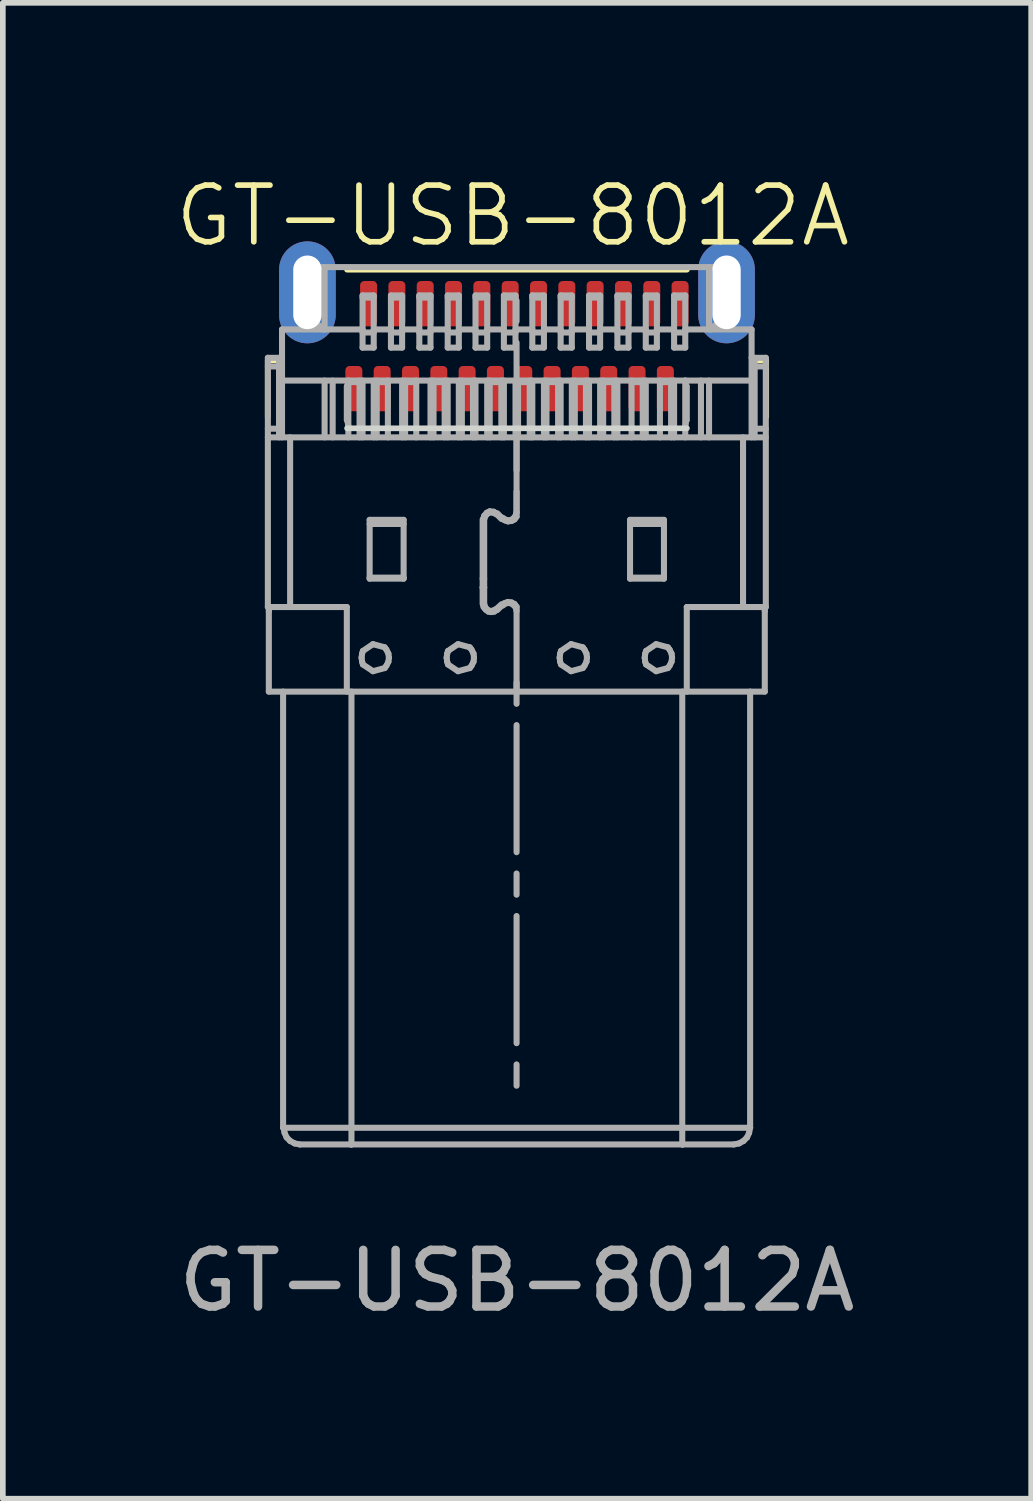
<source format=kicad_pcb>
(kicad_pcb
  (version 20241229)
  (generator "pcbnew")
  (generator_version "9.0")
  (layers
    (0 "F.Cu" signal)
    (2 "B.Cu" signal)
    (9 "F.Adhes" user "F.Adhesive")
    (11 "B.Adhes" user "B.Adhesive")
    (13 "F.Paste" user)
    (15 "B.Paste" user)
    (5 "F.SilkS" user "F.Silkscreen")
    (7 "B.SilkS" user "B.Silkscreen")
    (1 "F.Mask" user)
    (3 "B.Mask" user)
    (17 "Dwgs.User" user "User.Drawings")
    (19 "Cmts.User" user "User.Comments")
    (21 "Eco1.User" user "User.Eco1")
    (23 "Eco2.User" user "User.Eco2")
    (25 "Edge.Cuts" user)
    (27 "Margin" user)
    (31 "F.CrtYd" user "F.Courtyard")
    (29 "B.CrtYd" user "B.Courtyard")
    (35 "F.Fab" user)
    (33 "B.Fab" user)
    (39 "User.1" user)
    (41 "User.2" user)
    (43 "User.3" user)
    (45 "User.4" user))
  (footprint "GT-USB-8012A"
    (layer "F.Cu")
    (at 6.077 4.511)
    (property "Reference" "GT-USB-8012A" (at -0.075 -3.75 0) (unlocked yes) (layer "F.SilkS") (effects (font (size 1 1) (thickness 0.1))))
    (attr smd)
    (fp_line (start -4.4 -1.2) (end -4.4 -0.2) (stroke (width 0.1) (type default)) (layer "F.SilkS"))
    (fp_line (start -4.2 -1.2) (end -4.4 -1.2) (stroke (width 0.1) (type default)) (layer "F.SilkS"))
    (fp_line (start -3 -2.8) (end 3 -2.8) (stroke (width 0.1) (type default)) (layer "F.SilkS"))
    (fp_line (start 4.2 -1.2) (end 4.4 -1.2) (stroke (width 0.1) (type default)) (layer "F.SilkS"))
    (fp_line (start 4.4 -1.2) (end 4.4 -0.2) (stroke (width 0.1) (type default)) (layer "F.SilkS"))
    (fp_line (start -3 0) (end 3 0) (stroke (width 0.1) (type default)) (layer "Edge.Cuts"))
    (fp_line (start -4.398 -1.244) (end -4.398 3.156) (stroke (width 0.107) (type solid)) (layer "F.Fab"))
    (fp_line (start -4.398 -1.244) (end -4.148 -1.244) (stroke (width 0.107) (type solid)) (layer "F.Fab"))
    (fp_line (start -4.398 -1.092) (end -4.201 -1.092) (stroke (width 0.107) (type solid)) (layer "F.Fab"))
    (fp_line (start -4.398 0.16) (end 4.393 0.16) (stroke (width 0.107) (type solid)) (layer "F.Fab"))
    (fp_line (start -4.398 3.156) (end -3.004 3.156) (stroke (width 0.107) (type solid)) (layer "F.Fab"))
    (fp_line (start -4.381 3.164) (end -4.372 3.156) (stroke (width 0.107) (type solid)) (layer "F.Fab"))
    (fp_line (start -4.381 3.227) (end -4.381 3.164) (stroke (width 0.107) (type solid)) (layer "F.Fab"))
    (fp_line (start -4.381 4.649) (end -4.381 3.227) (stroke (width 0.107) (type solid)) (layer "F.Fab"))
    (fp_line (start -4.201 -1.244) (end -4.201 0.16) (stroke (width 0.107) (type solid)) (layer "F.Fab"))
    (fp_line (start -4.201 0.008) (end -4.398 0.008) (stroke (width 0.107) (type solid)) (layer "F.Fab"))
    (fp_line (start -4.148 -1.745) (end -4.148 0.16) (stroke (width 0.107) (type solid)) (layer "F.Fab"))
    (fp_line (start -4.148 -0.842) (end 4.142 -0.842) (stroke (width 0.107) (type solid)) (layer "F.Fab"))
    (fp_line (start -4.129 4.649) (end -4.129 12.349) (stroke (width 0.107) (type solid)) (layer "F.Fab"))
    (fp_line (start -4.103 12.438) (end -4.121 12.349) (stroke (width 0.107) (type solid)) (layer "F.Fab"))
    (fp_line (start -4.067 12.519) (end -4.103 12.438) (stroke (width 0.107) (type solid)) (layer "F.Fab"))
    (fp_line (start -4.005 3.156) (end -4.005 0.16) (stroke (width 0.107) (type solid)) (layer "F.Fab"))
    (fp_line (start -4.005 12.582) (end -4.067 12.519) (stroke (width 0.107) (type solid)) (layer "F.Fab"))
    (fp_line (start -3.924 12.626) (end -4.005 12.582) (stroke (width 0.107) (type solid)) (layer "F.Fab"))
    (fp_line (start -3.834 12.644) (end -3.924 12.626) (stroke (width 0.107) (type solid)) (layer "F.Fab"))
    (fp_line (start -3.834 12.644) (end -2.94 12.644) (stroke (width 0.107) (type solid)) (layer "F.Fab"))
    (fp_line (start -3.799 -2.845) (end -3.799 -1.843) (stroke (width 0.107) (type solid)) (layer "F.Fab"))
    (fp_line (start -3.799 -2.845) (end 3.794 -2.845) (stroke (width 0.107) (type solid)) (layer "F.Fab"))
    (fp_line (start -3.799 -2.693) (end -3.603 -2.693) (stroke (width 0.107) (type solid)) (layer "F.Fab"))
    (fp_line (start -3.799 -1.843) (end -3.603 -1.843) (stroke (width 0.107) (type solid)) (layer "F.Fab"))
    (fp_line (start -3.603 -2.845) (end -3.603 -1.843) (stroke (width 0.107) (type solid)) (layer "F.Fab"))
    (fp_line (start -3.603 -1.996) (end -3.799 -1.996) (stroke (width 0.107) (type solid)) (layer "F.Fab"))
    (fp_line (start -3.603 -1.843) (end -3.531 -1.835) (stroke (width 0.107) (type solid)) (layer "F.Fab"))
    (fp_line (start -3.531 -1.835) (end -3.477 -1.799) (stroke (width 0.107) (type solid)) (layer "F.Fab"))
    (fp_line (start -3.477 -1.799) (end -3.432 -1.745) (stroke (width 0.107) (type solid)) (layer "F.Fab"))
    (fp_line (start -3.396 -0.842) (end -3.396 0.16) (stroke (width 0.107) (type solid)) (layer "F.Fab"))
    (fp_line (start -3.396 -1.745) (end -3.396 -2.845) (stroke (width 0.107) (type solid)) (layer "F.Fab"))
    (fp_line (start -3.254 -0.842) (end -3.254 0.16) (stroke (width 0.107) (type solid)) (layer "F.Fab"))
    (fp_line (start -3.004 -0.743) (end -3.004 -0.144) (stroke (width 0.107) (type solid)) (layer "F.Fab"))
    (fp_line (start -3.004 4.649) (end -3.004 3.156) (stroke (width 0.107) (type solid)) (layer "F.Fab"))
    (fp_line (start -2.994 -0.743) (end -2.977 -0.842) (stroke (width 0.107) (type solid)) (layer "F.Fab"))
    (fp_line (start -2.977 -0.842) (end -2.977 0.16) (stroke (width 0.107) (type solid)) (layer "F.Fab"))
    (fp_line (start -2.977 -0.028) (end -2.994 -0.144) (stroke (width 0.107) (type solid)) (layer "F.Fab"))
    (fp_line (start -2.922 12.644) (end -2.94 12.644) (stroke (width 0.107) (type solid)) (layer "F.Fab"))
    (fp_line (start -2.922 12.644) (end -2.922 4.649) (stroke (width 0.107) (type solid)) (layer "F.Fab"))
    (fp_line (start -2.922 12.644) (end 2.918 12.644) (stroke (width 0.107) (type solid)) (layer "F.Fab"))
    (fp_line (start -2.779 -0.842) (end -2.779 0.16) (stroke (width 0.107) (type solid)) (layer "F.Fab"))
    (fp_line (start -2.779 -0.815) (end -2.977 -0.815) (stroke (width 0.107) (type solid)) (layer "F.Fab"))
    (fp_line (start -2.744 4.05) (end -2.734 3.978) (stroke (width 0.107) (type solid)) (layer "F.Fab"))
    (fp_line (start -2.734 3.978) (end -2.72 3.931) (stroke (width 0.107) (type solid)) (layer "F.Fab"))
    (fp_line (start -2.734 4.122) (end -2.744 4.05) (stroke (width 0.107) (type solid)) (layer "F.Fab"))
    (fp_line (start -2.726 -2.345) (end -2.529 -2.345) (stroke (width 0.107) (type solid)) (layer "F.Fab"))
    (fp_line (start -2.726 -2.308) (end -2.529 -2.308) (stroke (width 0.107) (type solid)) (layer "F.Fab"))
    (fp_line (start -2.726 -1.745) (end -4.148 -1.745) (stroke (width 0.107) (type solid)) (layer "F.Fab"))
    (fp_line (start -2.726 -1.424) (end -2.726 -2.345) (stroke (width 0.107) (type solid)) (layer "F.Fab"))
    (fp_line (start -2.726 -1.424) (end -2.529 -1.424) (stroke (width 0.107) (type solid)) (layer "F.Fab"))
    (fp_line (start -2.726 0.151) (end -2.771 0.142) (stroke (width 0.107) (type solid)) (layer "F.Fab"))
    (fp_line (start -2.726 0.16) (end -2.726 -0.842) (stroke (width 0.107) (type solid)) (layer "F.Fab"))
    (fp_line (start -2.72 4.17) (end -2.734 4.122) (stroke (width 0.107) (type solid)) (layer "F.Fab"))
    (fp_line (start -2.72 3.931) (end -2.542 3.811) (stroke (width 0.107) (type solid)) (layer "F.Fab"))
    (fp_line (start -2.601 1.617) (end -2.601 2.655) (stroke (width 0.107) (type solid)) (layer "F.Fab"))
    (fp_line (start -2.601 1.689) (end -2.001 1.689) (stroke (width 0.107) (type solid)) (layer "F.Fab"))
    (fp_line (start -2.601 2.655) (end -2.001 2.655) (stroke (width 0.107) (type solid)) (layer "F.Fab"))
    (fp_line (start -2.542 3.811) (end -2.335 3.867) (stroke (width 0.107) (type solid)) (layer "F.Fab"))
    (fp_line (start -2.542 4.289) (end -2.72 4.17) (stroke (width 0.107) (type solid)) (layer "F.Fab"))
    (fp_line (start -2.529 -2.345) (end -2.529 -1.424) (stroke (width 0.107) (type solid)) (layer "F.Fab"))
    (fp_line (start -2.529 -1.691) (end -2.726 -1.691) (stroke (width 0.107) (type solid)) (layer "F.Fab"))
    (fp_line (start -2.529 0.16) (end -2.529 -0.842) (stroke (width 0.107) (type solid)) (layer "F.Fab"))
    (fp_line (start -2.476 -0.842) (end -2.476 0.16) (stroke (width 0.107) (type solid)) (layer "F.Fab"))
    (fp_line (start -2.335 3.867) (end -2.306 3.907) (stroke (width 0.107) (type solid)) (layer "F.Fab"))
    (fp_line (start -2.335 4.233) (end -2.542 4.289) (stroke (width 0.107) (type solid)) (layer "F.Fab"))
    (fp_line (start -2.306 3.907) (end -2.27 3.978) (stroke (width 0.107) (type solid)) (layer "F.Fab"))
    (fp_line (start -2.306 4.193) (end -2.335 4.233) (stroke (width 0.107) (type solid)) (layer "F.Fab"))
    (fp_line (start -2.279 -0.842) (end -2.279 0.16) (stroke (width 0.107) (type solid)) (layer "F.Fab"))
    (fp_line (start -2.279 -0.815) (end -2.476 -0.815) (stroke (width 0.107) (type solid)) (layer "F.Fab"))
    (fp_line (start -2.27 3.978) (end -2.261 4.05) (stroke (width 0.107) (type solid)) (layer "F.Fab"))
    (fp_line (start -2.27 4.122) (end -2.306 4.193) (stroke (width 0.107) (type solid)) (layer "F.Fab"))
    (fp_line (start -2.261 4.05) (end -2.27 4.122) (stroke (width 0.107) (type solid)) (layer "F.Fab"))
    (fp_line (start -2.225 -2.345) (end -2.028 -2.345) (stroke (width 0.107) (type solid)) (layer "F.Fab"))
    (fp_line (start -2.225 -2.308) (end -2.028 -2.308) (stroke (width 0.107) (type solid)) (layer "F.Fab"))
    (fp_line (start -2.225 -1.745) (end -2.529 -1.745) (stroke (width 0.107) (type solid)) (layer "F.Fab"))
    (fp_line (start -2.225 -1.424) (end -2.225 -2.345) (stroke (width 0.107) (type solid)) (layer "F.Fab"))
    (fp_line (start -2.225 -1.424) (end -2.028 -1.424) (stroke (width 0.107) (type solid)) (layer "F.Fab"))
    (fp_line (start -2.028 -2.345) (end -2.028 -1.424) (stroke (width 0.107) (type solid)) (layer "F.Fab"))
    (fp_line (start -2.028 -1.691) (end -2.225 -1.691) (stroke (width 0.107) (type solid)) (layer "F.Fab"))
    (fp_line (start -2.028 0.16) (end -2.028 -0.842) (stroke (width 0.107) (type solid)) (layer "F.Fab"))
    (fp_line (start -2.001 1.617) (end -2.601 1.617) (stroke (width 0.107) (type solid)) (layer "F.Fab"))
    (fp_line (start -2.001 2.637) (end -2.601 2.637) (stroke (width 0.107) (type solid)) (layer "F.Fab"))
    (fp_line (start -2.001 2.655) (end -2.001 1.617) (stroke (width 0.107) (type solid)) (layer "F.Fab"))
    (fp_line (start -1.975 -0.842) (end -1.975 0.16) (stroke (width 0.107) (type solid)) (layer "F.Fab"))
    (fp_line (start -1.778 -0.815) (end -1.975 -0.815) (stroke (width 0.107) (type solid)) (layer "F.Fab"))
    (fp_line (start -1.778 -0.842) (end -1.778 0.16) (stroke (width 0.107) (type solid)) (layer "F.Fab"))
    (fp_line (start -1.724 -2.345) (end -1.527 -2.345) (stroke (width 0.107) (type solid)) (layer "F.Fab"))
    (fp_line (start -1.724 -2.308) (end -1.527 -2.308) (stroke (width 0.107) (type solid)) (layer "F.Fab"))
    (fp_line (start -1.724 -1.745) (end -2.028 -1.745) (stroke (width 0.107) (type solid)) (layer "F.Fab"))
    (fp_line (start -1.724 -1.424) (end -1.724 -2.345) (stroke (width 0.107) (type solid)) (layer "F.Fab"))
    (fp_line (start -1.724 -1.424) (end -1.527 -1.424) (stroke (width 0.107) (type solid)) (layer "F.Fab"))
    (fp_line (start -1.527 -2.345) (end -1.527 -1.424) (stroke (width 0.107) (type solid)) (layer "F.Fab"))
    (fp_line (start -1.527 0.16) (end -1.527 -0.842) (stroke (width 0.107) (type solid)) (layer "F.Fab"))
    (fp_line (start -1.527 -1.691) (end -1.724 -1.691) (stroke (width 0.107) (type solid)) (layer "F.Fab"))
    (fp_line (start -1.473 -0.842) (end -1.473 0.16) (stroke (width 0.107) (type solid)) (layer "F.Fab"))
    (fp_line (start -1.277 -0.842) (end -1.277 0.16) (stroke (width 0.107) (type solid)) (layer "F.Fab"))
    (fp_line (start -1.277 -0.815) (end -1.473 -0.815) (stroke (width 0.107) (type solid)) (layer "F.Fab"))
    (fp_line (start -1.242 4.05) (end -1.232 3.978) (stroke (width 0.107) (type solid)) (layer "F.Fab"))
    (fp_line (start -1.232 3.978) (end -1.218 3.931) (stroke (width 0.107) (type solid)) (layer "F.Fab"))
    (fp_line (start -1.232 4.122) (end -1.242 4.05) (stroke (width 0.107) (type solid)) (layer "F.Fab"))
    (fp_line (start -1.223 -2.345) (end -1.027 -2.345) (stroke (width 0.107) (type solid)) (layer "F.Fab"))
    (fp_line (start -1.223 -2.308) (end -1.027 -2.308) (stroke (width 0.107) (type solid)) (layer "F.Fab"))
    (fp_line (start -1.223 -1.745) (end -1.527 -1.745) (stroke (width 0.107) (type solid)) (layer "F.Fab"))
    (fp_line (start -1.223 -1.424) (end -1.223 -2.345) (stroke (width 0.107) (type solid)) (layer "F.Fab"))
    (fp_line (start -1.223 -1.424) (end -1.027 -1.424) (stroke (width 0.107) (type solid)) (layer "F.Fab"))
    (fp_line (start -1.223 0.16) (end -1.223 -0.842) (stroke (width 0.107) (type solid)) (layer "F.Fab"))
    (fp_line (start -1.218 3.931) (end -1.04 3.811) (stroke (width 0.107) (type solid)) (layer "F.Fab"))
    (fp_line (start -1.218 4.17) (end -1.232 4.122) (stroke (width 0.107) (type solid)) (layer "F.Fab"))
    (fp_line (start -1.04 3.811) (end -0.833 3.867) (stroke (width 0.107) (type solid)) (layer "F.Fab"))
    (fp_line (start -1.04 4.289) (end -1.218 4.17) (stroke (width 0.107) (type solid)) (layer "F.Fab"))
    (fp_line (start -1.027 -2.345) (end -1.027 -1.424) (stroke (width 0.107) (type solid)) (layer "F.Fab"))
    (fp_line (start -1.027 -1.691) (end -1.223 -1.691) (stroke (width 0.107) (type solid)) (layer "F.Fab"))
    (fp_line (start -1.027 0.16) (end -1.027 -0.842) (stroke (width 0.107) (type solid)) (layer "F.Fab"))
    (fp_line (start -0.973 -0.842) (end -0.973 0.16) (stroke (width 0.107) (type solid)) (layer "F.Fab"))
    (fp_line (start -0.833 3.867) (end -0.803 3.907) (stroke (width 0.107) (type solid)) (layer "F.Fab"))
    (fp_line (start -0.833 4.233) (end -1.04 4.289) (stroke (width 0.107) (type solid)) (layer "F.Fab"))
    (fp_line (start -0.803 3.907) (end -0.767 3.978) (stroke (width 0.107) (type solid)) (layer "F.Fab"))
    (fp_line (start -0.803 4.193) (end -0.833 4.233) (stroke (width 0.107) (type solid)) (layer "F.Fab"))
    (fp_line (start -0.776 -0.842) (end -0.776 0.16) (stroke (width 0.107) (type solid)) (layer "F.Fab"))
    (fp_line (start -0.776 -0.815) (end -0.973 -0.815) (stroke (width 0.107) (type solid)) (layer "F.Fab"))
    (fp_line (start -0.767 3.978) (end -0.759 4.05) (stroke (width 0.107) (type solid)) (layer "F.Fab"))
    (fp_line (start -0.767 4.122) (end -0.803 4.193) (stroke (width 0.107) (type solid)) (layer "F.Fab"))
    (fp_line (start -0.759 4.05) (end -0.767 4.122) (stroke (width 0.107) (type solid)) (layer "F.Fab"))
    (fp_line (start -0.732 -2.308) (end -0.526 -2.308) (stroke (width 0.107) (type solid)) (layer "F.Fab"))
    (fp_line (start -0.732 -2.345) (end -0.526 -2.345) (stroke (width 0.107) (type solid)) (layer "F.Fab"))
    (fp_line (start -0.732 -1.745) (end -1.027 -1.745) (stroke (width 0.107) (type solid)) (layer "F.Fab"))
    (fp_line (start -0.732 -1.424) (end -0.732 -2.345) (stroke (width 0.107) (type solid)) (layer "F.Fab"))
    (fp_line (start -0.732 -1.424) (end -0.526 -1.424) (stroke (width 0.107) (type solid)) (layer "F.Fab"))
    (fp_line (start -0.732 0.16) (end -0.732 -0.842) (stroke (width 0.107) (type solid)) (layer "F.Fab"))
    (fp_line (start -0.606 2.816) (end -0.579 2.816) (stroke (width 0.107) (type solid)) (layer "F.Fab"))
    (fp_line (start -0.606 1.609) (end -0.606 3.102) (stroke (width 0.107) (type solid)) (layer "F.Fab"))
    (fp_line (start -0.598 1.609) (end -0.579 1.546) (stroke (width 0.107) (type solid)) (layer "F.Fab"))
    (fp_line (start -0.589 3.156) (end -0.598 3.102) (stroke (width 0.107) (type solid)) (layer "F.Fab"))
    (fp_line (start -0.579 1.546) (end -0.534 1.492) (stroke (width 0.107) (type solid)) (layer "F.Fab"))
    (fp_line (start -0.579 1.609) (end -0.561 1.555) (stroke (width 0.107) (type solid)) (layer "F.Fab"))
    (fp_line (start -0.579 2.655) (end -0.606 2.655) (stroke (width 0.107) (type solid)) (layer "F.Fab"))
    (fp_line (start -0.579 2.807) (end -0.606 2.807) (stroke (width 0.107) (type solid)) (layer "F.Fab"))
    (fp_line (start -0.579 3.102) (end -0.579 1.609) (stroke (width 0.107) (type solid)) (layer "F.Fab"))
    (fp_line (start -0.561 1.555) (end -0.526 1.51) (stroke (width 0.107) (type solid)) (layer "F.Fab"))
    (fp_line (start -0.561 3.156) (end -0.579 3.102) (stroke (width 0.107) (type solid)) (layer "F.Fab"))
    (fp_line (start -0.553 3.201) (end -0.589 3.156) (stroke (width 0.107) (type solid)) (layer "F.Fab"))
    (fp_line (start -0.534 1.492) (end -0.481 1.466) (stroke (width 0.107) (type solid)) (layer "F.Fab"))
    (fp_line (start -0.526 -1.691) (end -0.732 -1.691) (stroke (width 0.107) (type solid)) (layer "F.Fab"))
    (fp_line (start -0.526 -2.345) (end -0.526 -1.424) (stroke (width 0.107) (type solid)) (layer "F.Fab"))
    (fp_line (start -0.526 0.16) (end -0.526 -0.842) (stroke (width 0.107) (type solid)) (layer "F.Fab"))
    (fp_line (start -0.526 1.51) (end -0.472 1.483) (stroke (width 0.107) (type solid)) (layer "F.Fab"))
    (fp_line (start -0.526 3.201) (end -0.561 3.156) (stroke (width 0.107) (type solid)) (layer "F.Fab"))
    (fp_line (start -0.507 3.236) (end -0.553 3.201) (stroke (width 0.107) (type solid)) (layer "F.Fab"))
    (fp_line (start -0.481 -0.842) (end -0.481 0.16) (stroke (width 0.107) (type solid)) (layer "F.Fab"))
    (fp_line (start -0.481 1.466) (end -0.41 1.474) (stroke (width 0.107) (type solid)) (layer "F.Fab"))
    (fp_line (start -0.472 1.483) (end -0.418 1.492) (stroke (width 0.107) (type solid)) (layer "F.Fab"))
    (fp_line (start -0.472 3.227) (end -0.526 3.201) (stroke (width 0.107) (type solid)) (layer "F.Fab"))
    (fp_line (start -0.454 3.245) (end -0.507 3.236) (stroke (width 0.107) (type solid)) (layer "F.Fab"))
    (fp_line (start -0.418 1.492) (end -0.365 1.519) (stroke (width 0.107) (type solid)) (layer "F.Fab"))
    (fp_line (start -0.418 3.218) (end -0.472 3.227) (stroke (width 0.107) (type solid)) (layer "F.Fab"))
    (fp_line (start -0.41 1.474) (end -0.356 1.51) (stroke (width 0.107) (type solid)) (layer "F.Fab"))
    (fp_line (start -0.4 3.236) (end -0.454 3.245) (stroke (width 0.107) (type solid)) (layer "F.Fab"))
    (fp_line (start -0.365 3.191) (end -0.418 3.218) (stroke (width 0.107) (type solid)) (layer "F.Fab"))
    (fp_line (start -0.365 3.191) (end -0.276 3.111) (stroke (width 0.107) (type solid)) (layer "F.Fab"))
    (fp_line (start -0.356 3.201) (end -0.4 3.236) (stroke (width 0.107) (type solid)) (layer "F.Fab"))
    (fp_line (start -0.348 1.501) (end -0.257 1.591) (stroke (width 0.107) (type solid)) (layer "F.Fab"))
    (fp_line (start -0.276 -0.842) (end -0.276 0.16) (stroke (width 0.107) (type solid)) (layer "F.Fab"))
    (fp_line (start -0.276 -0.815) (end -0.481 -0.815) (stroke (width 0.107) (type solid)) (layer "F.Fab"))
    (fp_line (start -0.276 1.599) (end -0.365 1.51) (stroke (width 0.107) (type solid)) (layer "F.Fab"))
    (fp_line (start -0.267 3.111) (end -0.212 3.084) (stroke (width 0.107) (type solid)) (layer "F.Fab"))
    (fp_line (start -0.257 3.12) (end -0.348 3.209) (stroke (width 0.107) (type solid)) (layer "F.Fab"))
    (fp_line (start -0.249 3.129) (end -0.204 3.093) (stroke (width 0.107) (type solid)) (layer "F.Fab"))
    (fp_line (start -0.231 -2.345) (end -0.026 -2.345) (stroke (width 0.107) (type solid)) (layer "F.Fab"))
    (fp_line (start -0.231 -2.308) (end -0.026 -2.308) (stroke (width 0.107) (type solid)) (layer "F.Fab"))
    (fp_line (start -0.231 -1.745) (end -0.526 -1.745) (stroke (width 0.107) (type solid)) (layer "F.Fab"))
    (fp_line (start -0.231 -1.424) (end -0.231 -2.345) (stroke (width 0.107) (type solid)) (layer "F.Fab"))
    (fp_line (start -0.231 -1.424) (end -0.026 -1.424) (stroke (width 0.107) (type solid)) (layer "F.Fab"))
    (fp_line (start -0.231 0.16) (end -0.231 -0.842) (stroke (width 0.107) (type solid)) (layer "F.Fab"))
    (fp_line (start -0.212 3.084) (end -0.159 3.066) (stroke (width 0.107) (type solid)) (layer "F.Fab"))
    (fp_line (start -0.212 1.626) (end -0.267 1.599) (stroke (width 0.107) (type solid)) (layer "F.Fab"))
    (fp_line (start -0.204 3.093) (end -0.15 3.084) (stroke (width 0.107) (type solid)) (layer "F.Fab"))
    (fp_line (start -0.195 1.617) (end -0.249 1.581) (stroke (width 0.107) (type solid)) (layer "F.Fab"))
    (fp_line (start -0.159 1.644) (end -0.212 1.626) (stroke (width 0.107) (type solid)) (layer "F.Fab"))
    (fp_line (start -0.159 3.066) (end -0.096 3.075) (stroke (width 0.107) (type solid)) (layer "F.Fab"))
    (fp_line (start -0.15 3.084) (end -0.096 3.093) (stroke (width 0.107) (type solid)) (layer "F.Fab"))
    (fp_line (start -0.123 1.626) (end -0.195 1.617) (stroke (width 0.107) (type solid)) (layer "F.Fab"))
    (fp_line (start -0.096 1.636) (end -0.159 1.644) (stroke (width 0.107) (type solid)) (layer "F.Fab"))
    (fp_line (start -0.096 3.075) (end -0.043 3.102) (stroke (width 0.107) (type solid)) (layer "F.Fab"))
    (fp_line (start -0.096 3.093) (end -0.051 3.129) (stroke (width 0.107) (type solid)) (layer "F.Fab"))
    (fp_line (start -0.07 1.599) (end -0.123 1.626) (stroke (width 0.107) (type solid)) (layer "F.Fab"))
    (fp_line (start -0.051 3.129) (end -0.016 3.174) (stroke (width 0.107) (type solid)) (layer "F.Fab"))
    (fp_line (start -0.043 1.609) (end -0.096 1.636) (stroke (width 0.107) (type solid)) (layer "F.Fab"))
    (fp_line (start -0.043 3.102) (end -0.007 3.156) (stroke (width 0.107) (type solid)) (layer "F.Fab"))
    (fp_line (start -0.026 -2.345) (end -0.026 -1.424) (stroke (width 0.107) (type solid)) (layer "F.Fab"))
    (fp_line (start -0.026 -1.691) (end -0.231 -1.691) (stroke (width 0.107) (type solid)) (layer "F.Fab"))
    (fp_line (start -0.026 0.16) (end -0.026 -0.842) (stroke (width 0.107) (type solid)) (layer "F.Fab"))
    (fp_line (start -0.026 1.546) (end -0.07 1.599) (stroke (width 0.107) (type solid)) (layer "F.Fab"))
    (fp_line (start -0.016 3.174) (end -0.007 3.227) (stroke (width 0.107) (type solid)) (layer "F.Fab"))
    (fp_line (start -0.007 1.117) (end -0.007 1.492) (stroke (width 0.107) (type solid)) (layer "F.Fab"))
    (fp_line (start -0.007 4.488) (end -0.007 4.864) (stroke (width 0.107) (type solid)) (layer "F.Fab"))
    (fp_line (start -0.007 4.649) (end -0.007 3.146) (stroke (width 0.107) (type solid)) (layer "F.Fab"))
    (fp_line (start -0.007 8.611) (end -0.007 10.856) (stroke (width 0.107) (type solid)) (layer "F.Fab"))
    (fp_line (start -0.007 -2.255) (end -0.007 -1.888) (stroke (width 0.107) (type solid)) (layer "F.Fab"))
    (fp_line (start -0.007 -1.513) (end -0.007 0.741) (stroke (width 0.107) (type solid)) (layer "F.Fab"))
    (fp_line (start -0.007 1.483) (end -0.026 1.546) (stroke (width 0.107) (type solid)) (layer "F.Fab"))
    (fp_line (start -0.007 1.555) (end -0.043 1.609) (stroke (width 0.107) (type solid)) (layer "F.Fab"))
    (fp_line (start -0.007 1.564) (end -0.007 0.16) (stroke (width 0.107) (type solid)) (layer "F.Fab"))
    (fp_line (start -0.007 5.24) (end -0.007 7.484) (stroke (width 0.107) (type solid)) (layer "F.Fab"))
    (fp_line (start -0.007 7.86) (end -0.007 8.235) (stroke (width 0.107) (type solid)) (layer "F.Fab"))
    (fp_line (start -0.007 11.231) (end -0.007 11.607) (stroke (width 0.107) (type solid)) (layer "F.Fab"))
    (fp_line (start 0.019 -0.842) (end 0.019 0.16) (stroke (width 0.107) (type solid)) (layer "F.Fab"))
    (fp_line (start 0.225 -0.842) (end 0.225 0.16) (stroke (width 0.107) (type solid)) (layer "F.Fab"))
    (fp_line (start 0.225 -0.815) (end 0.019 -0.815) (stroke (width 0.107) (type solid)) (layer "F.Fab"))
    (fp_line (start 0.271 -2.345) (end 0.476 -2.345) (stroke (width 0.107) (type solid)) (layer "F.Fab"))
    (fp_line (start 0.271 -2.308) (end 0.476 -2.308) (stroke (width 0.107) (type solid)) (layer "F.Fab"))
    (fp_line (start 0.271 -1.745) (end -0.026 -1.745) (stroke (width 0.107) (type solid)) (layer "F.Fab"))
    (fp_line (start 0.271 -1.424) (end 0.271 -2.345) (stroke (width 0.107) (type solid)) (layer "F.Fab"))
    (fp_line (start 0.271 -1.424) (end 0.476 -1.424) (stroke (width 0.107) (type solid)) (layer "F.Fab"))
    (fp_line (start 0.271 0.16) (end 0.271 -0.842) (stroke (width 0.107) (type solid)) (layer "F.Fab"))
    (fp_line (start 0.476 -2.345) (end 0.476 -1.424) (stroke (width 0.107) (type solid)) (layer "F.Fab"))
    (fp_line (start 0.476 -1.691) (end 0.271 -1.691) (stroke (width 0.107) (type solid)) (layer "F.Fab"))
    (fp_line (start 0.476 0.16) (end 0.476 -0.842) (stroke (width 0.107) (type solid)) (layer "F.Fab"))
    (fp_line (start 0.521 -0.842) (end 0.521 0.16) (stroke (width 0.107) (type solid)) (layer "F.Fab"))
    (fp_line (start 0.726 -0.842) (end 0.726 0.16) (stroke (width 0.107) (type solid)) (layer "F.Fab"))
    (fp_line (start 0.726 -0.815) (end 0.521 -0.815) (stroke (width 0.107) (type solid)) (layer "F.Fab"))
    (fp_line (start 0.753 4.05) (end 0.762 3.978) (stroke (width 0.107) (type solid)) (layer "F.Fab"))
    (fp_line (start 0.762 3.978) (end 0.777 3.931) (stroke (width 0.107) (type solid)) (layer "F.Fab"))
    (fp_line (start 0.762 4.122) (end 0.753 4.05) (stroke (width 0.107) (type solid)) (layer "F.Fab"))
    (fp_line (start 0.771 -2.308) (end 0.968 -2.308) (stroke (width 0.107) (type solid)) (layer "F.Fab"))
    (fp_line (start 0.771 -2.345) (end 0.968 -2.345) (stroke (width 0.107) (type solid)) (layer "F.Fab"))
    (fp_line (start 0.771 -1.745) (end 0.476 -1.745) (stroke (width 0.107) (type solid)) (layer "F.Fab"))
    (fp_line (start 0.771 -1.424) (end 0.771 -2.345) (stroke (width 0.107) (type solid)) (layer "F.Fab"))
    (fp_line (start 0.771 -1.424) (end 0.968 -1.424) (stroke (width 0.107) (type solid)) (layer "F.Fab"))
    (fp_line (start 0.771 0.16) (end 0.771 -0.842) (stroke (width 0.107) (type solid)) (layer "F.Fab"))
    (fp_line (start 0.777 3.931) (end 0.955 3.811) (stroke (width 0.107) (type solid)) (layer "F.Fab"))
    (fp_line (start 0.777 4.17) (end 0.762 4.122) (stroke (width 0.107) (type solid)) (layer "F.Fab"))
    (fp_line (start 0.955 3.811) (end 1.162 3.867) (stroke (width 0.107) (type solid)) (layer "F.Fab"))
    (fp_line (start 0.955 4.289) (end 0.777 4.17) (stroke (width 0.107) (type solid)) (layer "F.Fab"))
    (fp_line (start 0.968 -2.345) (end 0.968 -1.424) (stroke (width 0.107) (type solid)) (layer "F.Fab"))
    (fp_line (start 0.968 -1.691) (end 0.771 -1.691) (stroke (width 0.107) (type solid)) (layer "F.Fab"))
    (fp_line (start 0.968 0.16) (end 0.968 -0.842) (stroke (width 0.107) (type solid)) (layer "F.Fab"))
    (fp_line (start 1.021 -0.842) (end 1.021 0.16) (stroke (width 0.107) (type solid)) (layer "F.Fab"))
    (fp_line (start 1.162 4.233) (end 0.955 4.289) (stroke (width 0.107) (type solid)) (layer "F.Fab"))
    (fp_line (start 1.162 3.867) (end 1.191 3.907) (stroke (width 0.107) (type solid)) (layer "F.Fab"))
    (fp_line (start 1.191 3.907) (end 1.227 3.978) (stroke (width 0.107) (type solid)) (layer "F.Fab"))
    (fp_line (start 1.191 4.193) (end 1.162 4.233) (stroke (width 0.107) (type solid)) (layer "F.Fab"))
    (fp_line (start 1.218 -0.842) (end 1.218 0.16) (stroke (width 0.107) (type solid)) (layer "F.Fab"))
    (fp_line (start 1.218 -0.815) (end 1.021 -0.815) (stroke (width 0.107) (type solid)) (layer "F.Fab"))
    (fp_line (start 1.227 3.978) (end 1.236 4.05) (stroke (width 0.107) (type solid)) (layer "F.Fab"))
    (fp_line (start 1.227 4.122) (end 1.191 4.193) (stroke (width 0.107) (type solid)) (layer "F.Fab"))
    (fp_line (start 1.236 4.05) (end 1.227 4.122) (stroke (width 0.107) (type solid)) (layer "F.Fab"))
    (fp_line (start 1.272 -2.345) (end 1.468 -2.345) (stroke (width 0.107) (type solid)) (layer "F.Fab"))
    (fp_line (start 1.272 -2.308) (end 1.468 -2.308) (stroke (width 0.107) (type solid)) (layer "F.Fab"))
    (fp_line (start 1.272 -1.745) (end 0.968 -1.745) (stroke (width 0.107) (type solid)) (layer "F.Fab"))
    (fp_line (start 1.272 -1.424) (end 1.272 -2.345) (stroke (width 0.107) (type solid)) (layer "F.Fab"))
    (fp_line (start 1.272 -1.424) (end 1.468 -1.424) (stroke (width 0.107) (type solid)) (layer "F.Fab"))
    (fp_line (start 1.272 0.16) (end 1.272 -0.842) (stroke (width 0.107) (type solid)) (layer "F.Fab"))
    (fp_line (start 1.468 -1.691) (end 1.272 -1.691) (stroke (width 0.107) (type solid)) (layer "F.Fab"))
    (fp_line (start 1.468 0.16) (end 1.468 -0.842) (stroke (width 0.107) (type solid)) (layer "F.Fab"))
    (fp_line (start 1.468 -2.345) (end 1.468 -1.424) (stroke (width 0.107) (type solid)) (layer "F.Fab"))
    (fp_line (start 1.522 -0.842) (end 1.522 0.16) (stroke (width 0.107) (type solid)) (layer "F.Fab"))
    (fp_line (start 1.719 -0.815) (end 1.522 -0.815) (stroke (width 0.107) (type solid)) (layer "F.Fab"))
    (fp_line (start 1.719 -0.842) (end 1.719 0.16) (stroke (width 0.107) (type solid)) (layer "F.Fab"))
    (fp_line (start 1.773 -2.345) (end 1.969 -2.345) (stroke (width 0.107) (type solid)) (layer "F.Fab"))
    (fp_line (start 1.773 -2.308) (end 1.969 -2.308) (stroke (width 0.107) (type solid)) (layer "F.Fab"))
    (fp_line (start 1.773 -1.745) (end 1.468 -1.745) (stroke (width 0.107) (type solid)) (layer "F.Fab"))
    (fp_line (start 1.773 -1.424) (end 1.773 -2.345) (stroke (width 0.107) (type solid)) (layer "F.Fab"))
    (fp_line (start 1.773 -1.424) (end 1.969 -1.424) (stroke (width 0.107) (type solid)) (layer "F.Fab"))
    (fp_line (start 1.773 0.16) (end 1.773 -0.842) (stroke (width 0.107) (type solid)) (layer "F.Fab"))
    (fp_line (start 1.969 -2.345) (end 1.969 -1.424) (stroke (width 0.107) (type solid)) (layer "F.Fab"))
    (fp_line (start 1.969 -1.691) (end 1.773 -1.691) (stroke (width 0.107) (type solid)) (layer "F.Fab"))
    (fp_line (start 1.996 1.617) (end 1.996 2.655) (stroke (width 0.107) (type solid)) (layer "F.Fab"))
    (fp_line (start 1.996 1.689) (end 2.595 1.689) (stroke (width 0.107) (type solid)) (layer "F.Fab"))
    (fp_line (start 1.996 2.655) (end 2.595 2.655) (stroke (width 0.107) (type solid)) (layer "F.Fab"))
    (fp_line (start 2.023 -0.842) (end 2.023 0.16) (stroke (width 0.107) (type solid)) (layer "F.Fab"))
    (fp_line (start 2.22 -0.842) (end 2.22 0.16) (stroke (width 0.107) (type solid)) (layer "F.Fab"))
    (fp_line (start 2.22 -0.815) (end 2.023 -0.815) (stroke (width 0.107) (type solid)) (layer "F.Fab"))
    (fp_line (start 2.255 4.05) (end 2.264 3.978) (stroke (width 0.107) (type solid)) (layer "F.Fab"))
    (fp_line (start 2.264 3.978) (end 2.279 3.931) (stroke (width 0.107) (type solid)) (layer "F.Fab"))
    (fp_line (start 2.264 4.122) (end 2.255 4.05) (stroke (width 0.107) (type solid)) (layer "F.Fab"))
    (fp_line (start 2.274 -2.345) (end 2.47 -2.345) (stroke (width 0.107) (type solid)) (layer "F.Fab"))
    (fp_line (start 2.274 -2.308) (end 2.47 -2.308) (stroke (width 0.107) (type solid)) (layer "F.Fab"))
    (fp_line (start 2.274 -1.745) (end 1.969 -1.745) (stroke (width 0.107) (type solid)) (layer "F.Fab"))
    (fp_line (start 2.274 -1.424) (end 2.274 -2.345) (stroke (width 0.107) (type solid)) (layer "F.Fab"))
    (fp_line (start 2.274 -1.424) (end 2.47 -1.424) (stroke (width 0.107) (type solid)) (layer "F.Fab"))
    (fp_line (start 2.274 0.16) (end 2.274 -0.842) (stroke (width 0.107) (type solid)) (layer "F.Fab"))
    (fp_line (start 2.279 4.17) (end 2.264 4.122) (stroke (width 0.107) (type solid)) (layer "F.Fab"))
    (fp_line (start 2.279 3.931) (end 2.457 3.811) (stroke (width 0.107) (type solid)) (layer "F.Fab"))
    (fp_line (start 2.457 3.811) (end 2.664 3.867) (stroke (width 0.107) (type solid)) (layer "F.Fab"))
    (fp_line (start 2.457 4.289) (end 2.279 4.17) (stroke (width 0.107) (type solid)) (layer "F.Fab"))
    (fp_line (start 2.47 -1.691) (end 2.274 -1.691) (stroke (width 0.107) (type solid)) (layer "F.Fab"))
    (fp_line (start 2.47 -2.345) (end 2.47 -1.424) (stroke (width 0.107) (type solid)) (layer "F.Fab"))
    (fp_line (start 2.524 -0.842) (end 2.524 0.16) (stroke (width 0.107) (type solid)) (layer "F.Fab"))
    (fp_line (start 2.595 1.617) (end 1.996 1.617) (stroke (width 0.107) (type solid)) (layer "F.Fab"))
    (fp_line (start 2.595 2.637) (end 1.996 2.637) (stroke (width 0.107) (type solid)) (layer "F.Fab"))
    (fp_line (start 2.595 2.655) (end 2.595 1.617) (stroke (width 0.107) (type solid)) (layer "F.Fab"))
    (fp_line (start 2.664 3.867) (end 2.694 3.907) (stroke (width 0.107) (type solid)) (layer "F.Fab"))
    (fp_line (start 2.664 4.233) (end 2.457 4.289) (stroke (width 0.107) (type solid)) (layer "F.Fab"))
    (fp_line (start 2.694 4.193) (end 2.664 4.233) (stroke (width 0.107) (type solid)) (layer "F.Fab"))
    (fp_line (start 2.694 3.907) (end 2.729 3.978) (stroke (width 0.107) (type solid)) (layer "F.Fab"))
    (fp_line (start 2.721 -0.842) (end 2.721 0.16) (stroke (width 0.107) (type solid)) (layer "F.Fab"))
    (fp_line (start 2.721 -0.815) (end 2.524 -0.815) (stroke (width 0.107) (type solid)) (layer "F.Fab"))
    (fp_line (start 2.729 3.978) (end 2.738 4.05) (stroke (width 0.107) (type solid)) (layer "F.Fab"))
    (fp_line (start 2.729 4.122) (end 2.694 4.193) (stroke (width 0.107) (type solid)) (layer "F.Fab"))
    (fp_line (start 2.738 4.05) (end 2.729 4.122) (stroke (width 0.107) (type solid)) (layer "F.Fab"))
    (fp_line (start 2.765 0.142) (end 2.721 0.151) (stroke (width 0.107) (type solid)) (layer "F.Fab"))
    (fp_line (start 2.774 -1.745) (end 2.47 -1.745) (stroke (width 0.107) (type solid)) (layer "F.Fab"))
    (fp_line (start 2.774 -2.345) (end 2.971 -2.345) (stroke (width 0.107) (type solid)) (layer "F.Fab"))
    (fp_line (start 2.774 -2.308) (end 2.971 -2.308) (stroke (width 0.107) (type solid)) (layer "F.Fab"))
    (fp_line (start 2.774 -1.424) (end 2.774 -2.345) (stroke (width 0.107) (type solid)) (layer "F.Fab"))
    (fp_line (start 2.774 -1.424) (end 2.971 -1.424) (stroke (width 0.107) (type solid)) (layer "F.Fab"))
    (fp_line (start 2.774 0.16) (end 2.774 -0.842) (stroke (width 0.107) (type solid)) (layer "F.Fab"))
    (fp_line (start 2.918 4.649) (end 2.918 12.644) (stroke (width 0.107) (type solid)) (layer "F.Fab"))
    (fp_line (start 2.926 12.644) (end 2.918 12.644) (stroke (width 0.107) (type solid)) (layer "F.Fab"))
    (fp_line (start 2.926 12.644) (end 3.829 12.644) (stroke (width 0.107) (type solid)) (layer "F.Fab"))
    (fp_line (start 2.971 -1.691) (end 2.774 -1.691) (stroke (width 0.107) (type solid)) (layer "F.Fab"))
    (fp_line (start 2.971 -2.345) (end 2.971 -1.424) (stroke (width 0.107) (type solid)) (layer "F.Fab"))
    (fp_line (start 2.971 -0.842) (end 2.989 -0.743) (stroke (width 0.107) (type solid)) (layer "F.Fab"))
    (fp_line (start 2.971 0.16) (end 2.971 -0.842) (stroke (width 0.107) (type solid)) (layer "F.Fab"))
    (fp_line (start 2.989 -0.144) (end 2.971 -0.028) (stroke (width 0.107) (type solid)) (layer "F.Fab"))
    (fp_line (start 2.998 -0.144) (end 2.998 -0.743) (stroke (width 0.107) (type solid)) (layer "F.Fab"))
    (fp_line (start 2.998 3.156) (end 2.998 4.649) (stroke (width 0.107) (type solid)) (layer "F.Fab"))
    (fp_line (start 3.248 -0.842) (end 3.248 0.16) (stroke (width 0.107) (type solid)) (layer "F.Fab"))
    (fp_line (start 3.391 -0.842) (end 3.391 0.16) (stroke (width 0.107) (type solid)) (layer "F.Fab"))
    (fp_line (start 3.391 -2.845) (end 3.391 -1.745) (stroke (width 0.107) (type solid)) (layer "F.Fab"))
    (fp_line (start 3.427 -1.745) (end 3.472 -1.799) (stroke (width 0.107) (type solid)) (layer "F.Fab"))
    (fp_line (start 3.472 -1.799) (end 3.534 -1.835) (stroke (width 0.107) (type solid)) (layer "F.Fab"))
    (fp_line (start 3.534 -1.835) (end 3.597 -1.843) (stroke (width 0.107) (type solid)) (layer "F.Fab"))
    (fp_line (start 3.597 -2.693) (end 3.794 -2.693) (stroke (width 0.107) (type solid)) (layer "F.Fab"))
    (fp_line (start 3.597 -1.843) (end 3.794 -1.843) (stroke (width 0.107) (type solid)) (layer "F.Fab"))
    (fp_line (start 3.597 -2.845) (end 3.597 -1.843) (stroke (width 0.107) (type solid)) (layer "F.Fab"))
    (fp_line (start 3.794 -2.845) (end 3.794 -1.843) (stroke (width 0.107) (type solid)) (layer "F.Fab"))
    (fp_line (start 3.794 -1.996) (end 3.597 -1.996) (stroke (width 0.107) (type solid)) (layer "F.Fab"))
    (fp_line (start 3.919 12.626) (end 3.829 12.644) (stroke (width 0.107) (type solid)) (layer "F.Fab"))
    (fp_line (start 3.991 0.16) (end 3.991 3.156) (stroke (width 0.107) (type solid)) (layer "F.Fab"))
    (fp_line (start 3.999 12.582) (end 3.919 12.626) (stroke (width 0.107) (type solid)) (layer "F.Fab"))
    (fp_line (start 4.062 12.519) (end 3.999 12.582) (stroke (width 0.107) (type solid)) (layer "F.Fab"))
    (fp_line (start 4.098 12.438) (end 4.062 12.519) (stroke (width 0.107) (type solid)) (layer "F.Fab"))
    (fp_line (start 4.116 4.649) (end 4.116 12.349) (stroke (width 0.107) (type solid)) (layer "F.Fab"))
    (fp_line (start 4.116 12.349) (end -4.129 12.349) (stroke (width 0.107) (type solid)) (layer "F.Fab"))
    (fp_line (start 4.116 12.349) (end 4.098 12.438) (stroke (width 0.107) (type solid)) (layer "F.Fab"))
    (fp_line (start 4.142 -1.745) (end 2.971 -1.745) (stroke (width 0.107) (type solid)) (layer "F.Fab"))
    (fp_line (start 4.142 -1.745) (end 4.142 0.16) (stroke (width 0.107) (type solid)) (layer "F.Fab"))
    (fp_line (start 4.142 -1.244) (end 4.393 -1.244) (stroke (width 0.107) (type solid)) (layer "F.Fab"))
    (fp_line (start 4.196 -1.092) (end 4.393 -1.092) (stroke (width 0.107) (type solid)) (layer "F.Fab"))
    (fp_line (start 4.196 0.16) (end 4.196 -1.244) (stroke (width 0.107) (type solid)) (layer "F.Fab"))
    (fp_line (start 4.366 3.156) (end 4.375 3.164) (stroke (width 0.107) (type solid)) (layer "F.Fab"))
    (fp_line (start 4.375 3.164) (end 4.375 3.227) (stroke (width 0.107) (type solid)) (layer "F.Fab"))
    (fp_line (start 4.375 4.649) (end -4.381 4.649) (stroke (width 0.107) (type solid)) (layer "F.Fab"))
    (fp_line (start 4.375 4.649) (end 4.375 3.227) (stroke (width 0.107) (type solid)) (layer "F.Fab"))
    (fp_line (start 4.393 -1.244) (end 4.393 3.156) (stroke (width 0.107) (type solid)) (layer "F.Fab"))
    (fp_line (start 4.393 0.008) (end 4.196 0.008) (stroke (width 0.107) (type solid)) (layer "F.Fab"))
    (fp_line (start 4.393 3.156) (end 2.998 3.156) (stroke (width 0.107) (type solid)) (layer "F.Fab"))
    (fp_text user "${REFERENCE}" (at 0 15.05 0) (unlocked yes) (layer "F.Fab") (effects (font (size 1 1) (thickness 0.15))))
    (pad "A1" smd roundrect (at 2.88 -2.2) (size 0.3 0.8) (layers "F.Cu" "F.Mask" "F.Paste") (roundrect_rratio 0.25))
    (pad "A2" smd roundrect (at 2.38 -2.2) (size 0.3 0.8) (layers "F.Cu" "F.Mask" "F.Paste") (roundrect_rratio 0.25))
    (pad "A3" smd roundrect (at 1.88 -2.2) (size 0.3 0.8) (layers "F.Cu" "F.Mask" "F.Paste") (roundrect_rratio 0.25))
    (pad "A4" smd roundrect (at 1.38 -2.2) (size 0.3 0.8) (layers "F.Cu" "F.Mask" "F.Paste") (roundrect_rratio 0.25))
    (pad "A5" smd roundrect (at 0.88 -2.2) (size 0.3 0.8) (layers "F.Cu" "F.Mask" "F.Paste") (roundrect_rratio 0.25))
    (pad "A6" smd roundrect (at 0.38 -2.2) (size 0.3 0.8) (layers "F.Cu" "F.Mask" "F.Paste") (roundrect_rratio 0.25))
    (pad "A7" smd roundrect (at -0.12 -2.2) (size 0.3 0.8) (layers "F.Cu" "F.Mask" "F.Paste") (roundrect_rratio 0.25))
    (pad "A8" smd roundrect (at -0.62 -2.2) (size 0.3 0.8) (layers "F.Cu" "F.Mask" "F.Paste") (roundrect_rratio 0.25))
    (pad "A9" smd roundrect (at -1.12 -2.2) (size 0.3 0.8) (layers "F.Cu" "F.Mask" "F.Paste") (roundrect_rratio 0.25))
    (pad "A10" smd roundrect (at -1.62 -2.2) (size 0.3 0.8) (layers "F.Cu" "F.Mask" "F.Paste") (roundrect_rratio 0.25))
    (pad "A11" smd roundrect (at -2.12 -2.2) (size 0.3 0.8) (layers "F.Cu" "F.Mask" "F.Paste") (roundrect_rratio 0.25))
    (pad "A12" smd roundrect (at -2.62 -2.2) (size 0.3 0.8) (layers "F.Cu" "F.Mask" "F.Paste") (roundrect_rratio 0.25))
    (pad "B1" smd roundrect (at -2.88 -0.7) (size 0.3 0.8) (layers "F.Cu" "F.Mask" "F.Paste") (roundrect_rratio 0.25))
    (pad "B2" smd roundrect (at -2.38 -0.7) (size 0.3 0.8) (layers "F.Cu" "F.Mask" "F.Paste") (roundrect_rratio 0.25))
    (pad "B3" smd roundrect (at -1.88 -0.7) (size 0.3 0.8) (layers "F.Cu" "F.Mask" "F.Paste") (roundrect_rratio 0.25))
    (pad "B4" smd roundrect (at -1.38 -0.7) (size 0.3 0.8) (layers "F.Cu" "F.Mask" "F.Paste") (roundrect_rratio 0.25))
    (pad "B5" smd roundrect (at -0.88 -0.7) (size 0.3 0.8) (layers "F.Cu" "F.Mask" "F.Paste") (roundrect_rratio 0.25))
    (pad "B6" smd roundrect (at -0.38 -0.7) (size 0.3 0.8) (layers "F.Cu" "F.Mask" "F.Paste") (roundrect_rratio 0.25))
    (pad "B7" smd roundrect (at 0.12 -0.7) (size 0.3 0.8) (layers "F.Cu" "F.Mask" "F.Paste") (roundrect_rratio 0.25))
    (pad "B8" smd roundrect (at 0.62 -0.7) (size 0.3 0.8) (layers "F.Cu" "F.Mask" "F.Paste") (roundrect_rratio 0.25))
    (pad "B9" smd roundrect (at 1.12 -0.7) (size 0.3 0.8) (layers "F.Cu" "F.Mask" "F.Paste") (roundrect_rratio 0.25))
    (pad "B10" smd roundrect (at 1.62 -0.7) (size 0.3 0.8) (layers "F.Cu" "F.Mask" "F.Paste") (roundrect_rratio 0.25))
    (pad "B11" smd roundrect (at 2.12 -0.7) (size 0.3 0.8) (layers "F.Cu" "F.Mask" "F.Paste") (roundrect_rratio 0.25))
    (pad "B12" smd roundrect (at 2.62 -0.7) (size 0.3 0.8) (layers "F.Cu" "F.Mask" "F.Paste") (roundrect_rratio 0.25))
    (pad "S1" thru_hole oval (at -3.7 -2.4) (size 1 1.8) (drill oval 0.5 1.3) (layers "*.Cu" "*.Mask" "F.Paste"))
    (pad "S1" thru_hole oval (at 3.7 -2.4) (size 1 1.8) (drill oval 0.5 1.3) (layers "*.Cu" "*.Mask" "F.Paste")))
  (gr_rect
    (start -3 -3)
    (end 15.155 23.409)
    (stroke (width 0.1) (type default))
    (fill no)
    (layer "Edge.Cuts")))
</source>
